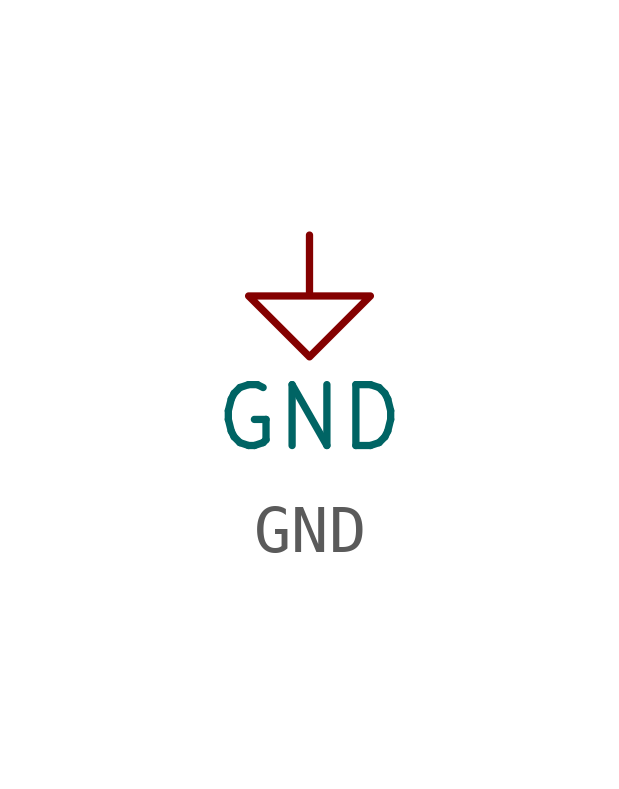
<source format=kicad_sym>
(kicad_symbol_lib
  (version 20241209)
  (generator "kicad_symbol_editor")
  (generator_version "9.0")
  (symbol "GND"
    (power)
    (pin_names
      (offset 0))
    (property "Reference" "#PWR"
      (at 0 -6.35 0)
      (effects (font (size 1.27 1.27)) (hide yes)))
    (property "Value" "GND"
      (at 0 -3.81 0)
      (effects (font (size 1.27 1.27))))
    (property "Footprint" ""
      (at 0 0 0)
      (effects (font (size 1.27 1.27))))
    (property "Datasheet" ""
      (at 0 0 0)
      (effects (font (size 1.27 1.27))))
    (symbol "GND_0_1"
      (polyline (pts (xy 0 0) (xy 0 -1.27) (xy 1.27 -1.27) (xy 0 -2.54) (xy -1.27 -1.27) (xy 0 -1.27)) (stroke (width 0) (type default)) (fill (type none))))
    (symbol "GND_1_1"
      (pin power_in line (at 0 0 270) (length 0) (hide yes) (name "GND" (effects (font (size 1.27 1.27)))) (number "1" (effects (font (size 1.27 1.27))))))))
</source>
